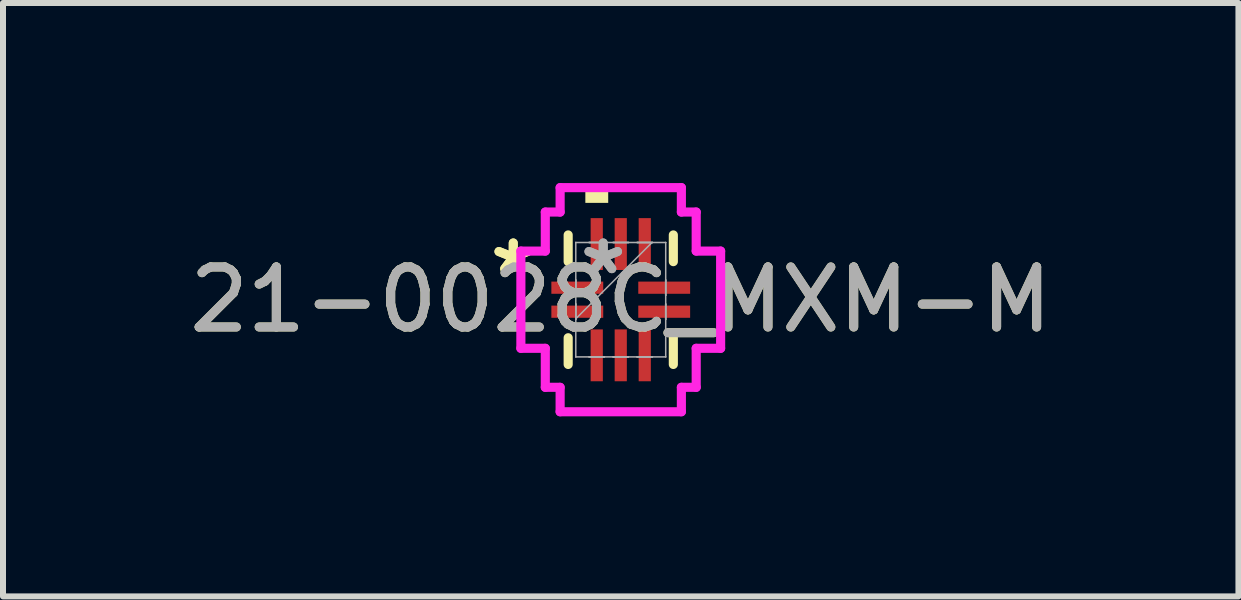
<source format=kicad_pcb>
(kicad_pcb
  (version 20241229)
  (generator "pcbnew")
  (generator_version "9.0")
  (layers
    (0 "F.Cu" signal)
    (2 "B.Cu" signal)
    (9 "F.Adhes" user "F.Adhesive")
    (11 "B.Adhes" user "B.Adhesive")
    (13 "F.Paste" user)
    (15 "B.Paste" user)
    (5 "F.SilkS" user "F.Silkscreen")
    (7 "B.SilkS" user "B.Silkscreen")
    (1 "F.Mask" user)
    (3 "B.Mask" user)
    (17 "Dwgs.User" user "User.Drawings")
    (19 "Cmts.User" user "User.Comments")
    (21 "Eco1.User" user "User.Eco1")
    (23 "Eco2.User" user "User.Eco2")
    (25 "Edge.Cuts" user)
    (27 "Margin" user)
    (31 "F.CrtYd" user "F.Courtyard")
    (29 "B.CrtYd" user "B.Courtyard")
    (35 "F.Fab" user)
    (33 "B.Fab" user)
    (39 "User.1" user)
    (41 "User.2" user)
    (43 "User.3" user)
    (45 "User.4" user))
  (footprint "21-0028C_MXM-M"
    (layer "F.Cu")
    (at 7.292 1.943)
    (property "Reference" "21-0028C_MXM-M" (at 0 0 0) (unlocked yes) (layer "F.SilkS") (effects (font (size 1 1) (thickness 0.15))))
    (attr smd)
    (fp_line (start -0.876 -1.079) (end -0.876 -0.634) (stroke (width 0.152) (type solid)) (layer "F.SilkS"))
    (fp_line (start -0.876 0.634) (end -0.876 1.079) (stroke (width 0.152) (type solid)) (layer "F.SilkS"))
    (fp_line (start 0.876 -0.634) (end 0.876 -1.079) (stroke (width 0.152) (type solid)) (layer "F.SilkS"))
    (fp_line (start 0.876 1.079) (end 0.876 0.634) (stroke (width 0.152) (type solid)) (layer "F.SilkS"))
    (fp_poly (pts (xy -0.59 -1.613) (xy -0.59 -1.867) (xy -0.209 -1.867) (xy -0.209 -1.613)) (stroke (width 0) (type solid)) (fill yes) (layer "F.SilkS"))
    (fp_line (start -1.664 -0.81) (end -1.257 -0.81) (stroke (width 0.152) (type solid)) (layer "F.CrtYd"))
    (fp_line (start -1.664 0.81) (end -1.664 -0.81) (stroke (width 0.152) (type solid)) (layer "F.CrtYd"))
    (fp_line (start -1.257 -1.46) (end -1.01 -1.46) (stroke (width 0.152) (type solid)) (layer "F.CrtYd"))
    (fp_line (start -1.257 -0.81) (end -1.257 -1.46) (stroke (width 0.152) (type solid)) (layer "F.CrtYd"))
    (fp_line (start -1.257 0.81) (end -1.664 0.81) (stroke (width 0.152) (type solid)) (layer "F.CrtYd"))
    (fp_line (start -1.257 1.46) (end -1.257 0.81) (stroke (width 0.152) (type solid)) (layer "F.CrtYd"))
    (fp_line (start -1.01 -1.867) (end 1.01 -1.867) (stroke (width 0.152) (type solid)) (layer "F.CrtYd"))
    (fp_line (start -1.01 -1.46) (end -1.01 -1.867) (stroke (width 0.152) (type solid)) (layer "F.CrtYd"))
    (fp_line (start -1.01 1.46) (end -1.257 1.46) (stroke (width 0.152) (type solid)) (layer "F.CrtYd"))
    (fp_line (start -1.01 1.867) (end -1.01 1.46) (stroke (width 0.152) (type solid)) (layer "F.CrtYd"))
    (fp_line (start 1.01 -1.867) (end 1.01 -1.46) (stroke (width 0.152) (type solid)) (layer "F.CrtYd"))
    (fp_line (start 1.01 -1.46) (end 1.257 -1.46) (stroke (width 0.152) (type solid)) (layer "F.CrtYd"))
    (fp_line (start 1.01 1.46) (end 1.01 1.867) (stroke (width 0.152) (type solid)) (layer "F.CrtYd"))
    (fp_line (start 1.01 1.867) (end -1.01 1.867) (stroke (width 0.152) (type solid)) (layer "F.CrtYd"))
    (fp_line (start 1.257 -1.46) (end 1.257 -0.81) (stroke (width 0.152) (type solid)) (layer "F.CrtYd"))
    (fp_line (start 1.257 -0.81) (end 1.664 -0.81) (stroke (width 0.152) (type solid)) (layer "F.CrtYd"))
    (fp_line (start 1.257 0.81) (end 1.257 1.46) (stroke (width 0.152) (type solid)) (layer "F.CrtYd"))
    (fp_line (start 1.257 1.46) (end 1.01 1.46) (stroke (width 0.152) (type solid)) (layer "F.CrtYd"))
    (fp_line (start 1.664 -0.81) (end 1.664 0.81) (stroke (width 0.152) (type solid)) (layer "F.CrtYd"))
    (fp_line (start 1.664 0.81) (end 1.257 0.81) (stroke (width 0.152) (type solid)) (layer "F.CrtYd"))
    (fp_line (start -0.749 -0.953) (end -0.749 -0.953) (stroke (width 0.025) (type solid)) (layer "F.Fab"))
    (fp_line (start -0.749 -0.953) (end -0.749 0.953) (stroke (width 0.025) (type solid)) (layer "F.Fab"))
    (fp_line (start -0.749 -0.327) (end -0.749 -0.327) (stroke (width 0.025) (type solid)) (layer "F.Fab"))
    (fp_line (start -0.749 -0.327) (end -0.749 -0.073) (stroke (width 0.025) (type solid)) (layer "F.Fab"))
    (fp_line (start -0.749 -0.073) (end -0.749 -0.327) (stroke (width 0.025) (type solid)) (layer "F.Fab"))
    (fp_line (start -0.749 -0.073) (end -0.749 -0.073) (stroke (width 0.025) (type solid)) (layer "F.Fab"))
    (fp_line (start -0.749 0.073) (end -0.749 0.073) (stroke (width 0.025) (type solid)) (layer "F.Fab"))
    (fp_line (start -0.749 0.073) (end -0.749 0.327) (stroke (width 0.025) (type solid)) (layer "F.Fab"))
    (fp_line (start -0.749 0.318) (end 0.521 -0.953) (stroke (width 0.025) (type solid)) (layer "F.Fab"))
    (fp_line (start -0.749 0.327) (end -0.749 0.073) (stroke (width 0.025) (type solid)) (layer "F.Fab"))
    (fp_line (start -0.749 0.327) (end -0.749 0.327) (stroke (width 0.025) (type solid)) (layer "F.Fab"))
    (fp_line (start -0.749 0.953) (end -0.749 0.953) (stroke (width 0.025) (type solid)) (layer "F.Fab"))
    (fp_line (start -0.749 0.953) (end 0.749 0.953) (stroke (width 0.025) (type solid)) (layer "F.Fab"))
    (fp_line (start -0.527 -0.953) (end -0.527 -0.953) (stroke (width 0.025) (type solid)) (layer "F.Fab"))
    (fp_line (start -0.527 -0.953) (end -0.273 -0.953) (stroke (width 0.025) (type solid)) (layer "F.Fab"))
    (fp_line (start -0.527 0.953) (end -0.527 0.953) (stroke (width 0.025) (type solid)) (layer "F.Fab"))
    (fp_line (start -0.527 0.953) (end -0.273 0.953) (stroke (width 0.025) (type solid)) (layer "F.Fab"))
    (fp_line (start -0.273 -0.953) (end -0.527 -0.953) (stroke (width 0.025) (type solid)) (layer "F.Fab"))
    (fp_line (start -0.273 -0.953) (end -0.273 -0.953) (stroke (width 0.025) (type solid)) (layer "F.Fab"))
    (fp_line (start -0.273 0.953) (end -0.527 0.953) (stroke (width 0.025) (type solid)) (layer "F.Fab"))
    (fp_line (start -0.273 0.953) (end -0.273 0.953) (stroke (width 0.025) (type solid)) (layer "F.Fab"))
    (fp_line (start -0.127 -0.953) (end -0.127 -0.953) (stroke (width 0.025) (type solid)) (layer "F.Fab"))
    (fp_line (start -0.127 -0.953) (end 0.127 -0.953) (stroke (width 0.025) (type solid)) (layer "F.Fab"))
    (fp_line (start -0.127 0.953) (end -0.127 0.953) (stroke (width 0.025) (type solid)) (layer "F.Fab"))
    (fp_line (start -0.127 0.953) (end 0.127 0.953) (stroke (width 0.025) (type solid)) (layer "F.Fab"))
    (fp_line (start 0.127 -0.953) (end -0.127 -0.953) (stroke (width 0.025) (type solid)) (layer "F.Fab"))
    (fp_line (start 0.127 -0.953) (end 0.127 -0.953) (stroke (width 0.025) (type solid)) (layer "F.Fab"))
    (fp_line (start 0.127 0.953) (end -0.127 0.953) (stroke (width 0.025) (type solid)) (layer "F.Fab"))
    (fp_line (start 0.127 0.953) (end 0.127 0.953) (stroke (width 0.025) (type solid)) (layer "F.Fab"))
    (fp_line (start 0.273 -0.953) (end 0.273 -0.953) (stroke (width 0.025) (type solid)) (layer "F.Fab"))
    (fp_line (start 0.273 -0.953) (end 0.527 -0.953) (stroke (width 0.025) (type solid)) (layer "F.Fab"))
    (fp_line (start 0.273 0.953) (end 0.273 0.953) (stroke (width 0.025) (type solid)) (layer "F.Fab"))
    (fp_line (start 0.273 0.953) (end 0.527 0.953) (stroke (width 0.025) (type solid)) (layer "F.Fab"))
    (fp_line (start 0.527 -0.953) (end 0.273 -0.953) (stroke (width 0.025) (type solid)) (layer "F.Fab"))
    (fp_line (start 0.527 -0.953) (end 0.527 -0.953) (stroke (width 0.025) (type solid)) (layer "F.Fab"))
    (fp_line (start 0.527 0.953) (end 0.273 0.953) (stroke (width 0.025) (type solid)) (layer "F.Fab"))
    (fp_line (start 0.527 0.953) (end 0.527 0.953) (stroke (width 0.025) (type solid)) (layer "F.Fab"))
    (fp_line (start 0.749 -0.953) (end -0.749 -0.953) (stroke (width 0.025) (type solid)) (layer "F.Fab"))
    (fp_line (start 0.749 -0.953) (end 0.749 -0.953) (stroke (width 0.025) (type solid)) (layer "F.Fab"))
    (fp_line (start 0.749 -0.327) (end 0.749 -0.327) (stroke (width 0.025) (type solid)) (layer "F.Fab"))
    (fp_line (start 0.749 -0.327) (end 0.749 -0.073) (stroke (width 0.025) (type solid)) (layer "F.Fab"))
    (fp_line (start 0.749 -0.073) (end 0.749 -0.327) (stroke (width 0.025) (type solid)) (layer "F.Fab"))
    (fp_line (start 0.749 -0.073) (end 0.749 -0.073) (stroke (width 0.025) (type solid)) (layer "F.Fab"))
    (fp_line (start 0.749 0.073) (end 0.749 0.073) (stroke (width 0.025) (type solid)) (layer "F.Fab"))
    (fp_line (start 0.749 0.073) (end 0.749 0.327) (stroke (width 0.025) (type solid)) (layer "F.Fab"))
    (fp_line (start 0.749 0.327) (end 0.749 0.073) (stroke (width 0.025) (type solid)) (layer "F.Fab"))
    (fp_line (start 0.749 0.327) (end 0.749 0.327) (stroke (width 0.025) (type solid)) (layer "F.Fab"))
    (fp_line (start 0.749 0.953) (end 0.749 -0.953) (stroke (width 0.025) (type solid)) (layer "F.Fab"))
    (fp_line (start 0.749 0.953) (end 0.749 0.953) (stroke (width 0.025) (type solid)) (layer "F.Fab"))
    (fp_text user "*" (at -1.791 -0.4 0) (unlocked yes) (layer "F.SilkS") (effects (font (size 1 1) (thickness 0.15))))
    (fp_text user "*" (at -1.791 -0.4 0) (layer "F.SilkS") (effects (font (size 1 1) (thickness 0.15))))
    (fp_text user "${REFERENCE}" (at 0 0 0) (unlocked yes) (layer "F.Fab") (effects (font (size 1 1) (thickness 0.15))))
    (fp_text user "*" (at -0.292 -0.4 0) (layer "F.Fab") (effects (font (size 1 1) (thickness 0.15))))
    (fp_text user "*" (at -0.292 -0.4 0) (unlocked yes) (layer "F.Fab") (effects (font (size 1 1) (thickness 0.15))))
    (pad "1" smd rect (at -0.724 -0.2 90) (size 0.203 0.864) (layers "F.Cu" "F.Mask" "F.Paste"))
    (pad "2" smd rect (at -0.724 0.2 90) (size 0.203 0.864) (layers "F.Cu" "F.Mask" "F.Paste"))
    (pad "3" smd rect (at -0.4 0.927) (size 0.203 0.864) (layers "F.Cu" "F.Mask" "F.Paste"))
    (pad "4" smd rect (at 0 0.927) (size 0.203 0.864) (layers "F.Cu" "F.Mask" "F.Paste"))
    (pad "5" smd rect (at 0.4 0.927) (size 0.203 0.864) (layers "F.Cu" "F.Mask" "F.Paste"))
    (pad "6" smd rect (at 0.724 0.2 90) (size 0.203 0.864) (layers "F.Cu" "F.Mask" "F.Paste"))
    (pad "7" smd rect (at 0.724 -0.2 90) (size 0.203 0.864) (layers "F.Cu" "F.Mask" "F.Paste"))
    (pad "8" smd rect (at 0.4 -0.927) (size 0.203 0.864) (layers "F.Cu" "F.Mask" "F.Paste"))
    (pad "9" smd rect (at 0 -0.927) (size 0.203 0.864) (layers "F.Cu" "F.Mask" "F.Paste"))
    (pad "10" smd rect (at -0.4 -0.927) (size 0.203 0.864) (layers "F.Cu" "F.Mask" "F.Paste")))
  (gr_rect
    (start -3 -3)
    (end 17.583 6.886)
    (stroke (width 0.1) (type default))
    (fill no)
    (layer "Edge.Cuts")))
</source>
